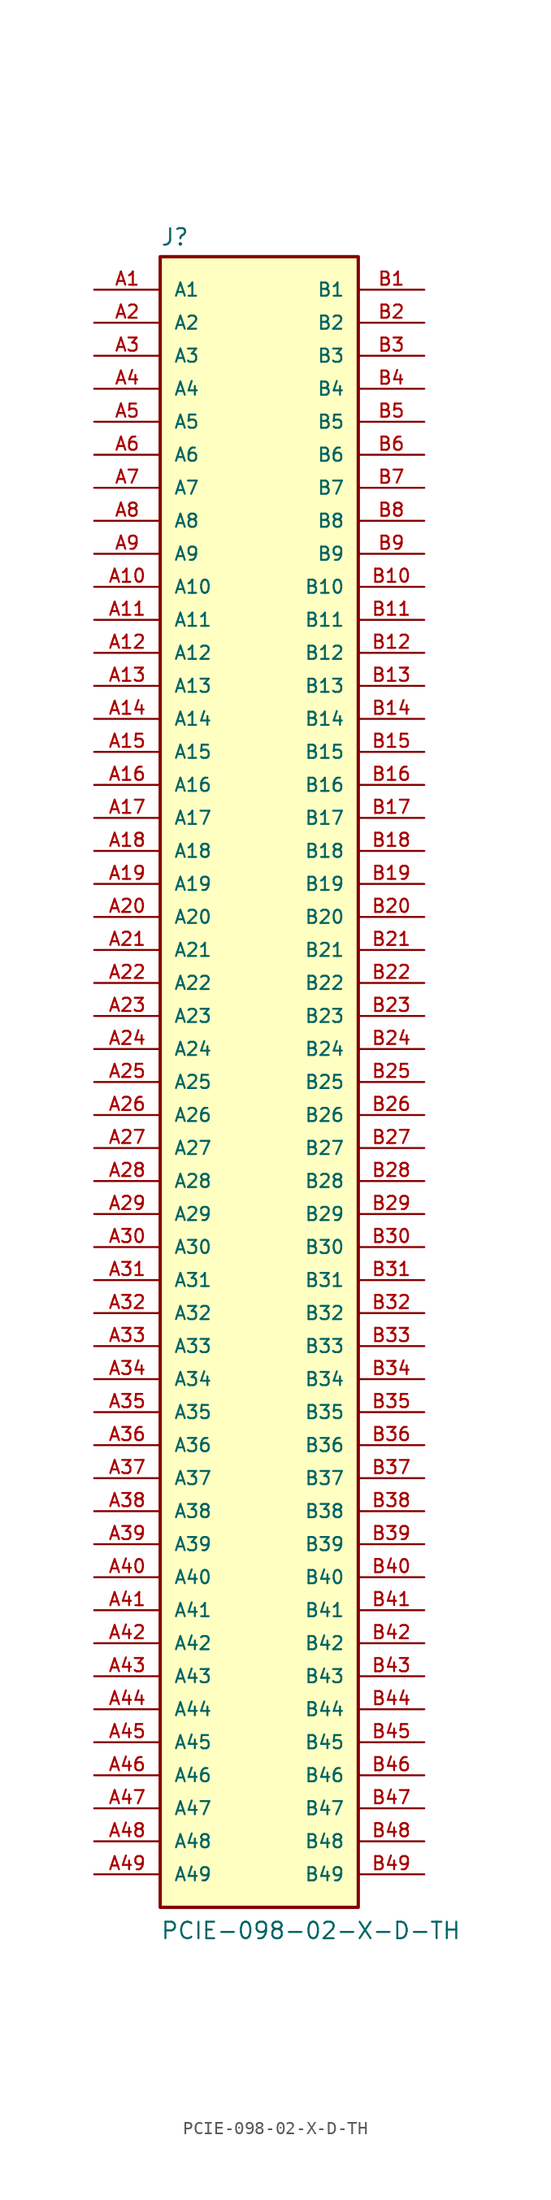
<source format=kicad_sym>
(kicad_symbol_lib
  (version 20211014)
  (generator kicad_symbol_editor)
  (symbol "PCIE-098-02-X-D-TH"
    (pin_names
      (offset 1.016))
    (property "Reference" "J"
      (at -7.62 64.262 0)
      (effects (font (size 1.27 1.27)) (justify bottom left)))
    (property "Value" "PCIE-098-02-X-D-TH"
      (at -7.62 -66.04 0)
      (effects (font (size 1.27 1.27)) (justify bottom left)))
    (symbol "PCIE-098-02-X-D-TH_0_0"
      (rectangle (start -7.62 -63.5) (end 7.62 63.5) (stroke (width 0.254)) (fill (type background)))
      (pin passive line (at -12.7 60.96 0) (length 5.08) (name "A1" (effects (font (size 1.016 1.016)))) (number "A1" (effects (font (size 1.016 1.016)))))
      (pin passive line (at 12.7 60.96 180.0) (length 5.08) (name "B1" (effects (font (size 1.016 1.016)))) (number "B1" (effects (font (size 1.016 1.016)))))
      (pin passive line (at -12.7 58.42 0) (length 5.08) (name "A2" (effects (font (size 1.016 1.016)))) (number "A2" (effects (font (size 1.016 1.016)))))
      (pin passive line (at 12.7 58.42 180.0) (length 5.08) (name "B2" (effects (font (size 1.016 1.016)))) (number "B2" (effects (font (size 1.016 1.016)))))
      (pin passive line (at -12.7 55.88 0) (length 5.08) (name "A3" (effects (font (size 1.016 1.016)))) (number "A3" (effects (font (size 1.016 1.016)))))
      (pin passive line (at 12.7 55.88 180.0) (length 5.08) (name "B3" (effects (font (size 1.016 1.016)))) (number "B3" (effects (font (size 1.016 1.016)))))
      (pin passive line (at -12.7 53.34 0) (length 5.08) (name "A4" (effects (font (size 1.016 1.016)))) (number "A4" (effects (font (size 1.016 1.016)))))
      (pin passive line (at 12.7 53.34 180.0) (length 5.08) (name "B4" (effects (font (size 1.016 1.016)))) (number "B4" (effects (font (size 1.016 1.016)))))
      (pin passive line (at -12.7 50.8 0) (length 5.08) (name "A5" (effects (font (size 1.016 1.016)))) (number "A5" (effects (font (size 1.016 1.016)))))
      (pin passive line (at 12.7 50.8 180.0) (length 5.08) (name "B5" (effects (font (size 1.016 1.016)))) (number "B5" (effects (font (size 1.016 1.016)))))
      (pin passive line (at -12.7 48.26 0) (length 5.08) (name "A6" (effects (font (size 1.016 1.016)))) (number "A6" (effects (font (size 1.016 1.016)))))
      (pin passive line (at 12.7 48.26 180.0) (length 5.08) (name "B6" (effects (font (size 1.016 1.016)))) (number "B6" (effects (font (size 1.016 1.016)))))
      (pin passive line (at -12.7 45.72 0) (length 5.08) (name "A7" (effects (font (size 1.016 1.016)))) (number "A7" (effects (font (size 1.016 1.016)))))
      (pin passive line (at 12.7 45.72 180.0) (length 5.08) (name "B7" (effects (font (size 1.016 1.016)))) (number "B7" (effects (font (size 1.016 1.016)))))
      (pin passive line (at -12.7 43.18 0) (length 5.08) (name "A8" (effects (font (size 1.016 1.016)))) (number "A8" (effects (font (size 1.016 1.016)))))
      (pin passive line (at 12.7 43.18 180.0) (length 5.08) (name "B8" (effects (font (size 1.016 1.016)))) (number "B8" (effects (font (size 1.016 1.016)))))
      (pin passive line (at -12.7 40.64 0) (length 5.08) (name "A9" (effects (font (size 1.016 1.016)))) (number "A9" (effects (font (size 1.016 1.016)))))
      (pin passive line (at 12.7 40.64 180.0) (length 5.08) (name "B9" (effects (font (size 1.016 1.016)))) (number "B9" (effects (font (size 1.016 1.016)))))
      (pin passive line (at -12.7 38.1 0) (length 5.08) (name "A10" (effects (font (size 1.016 1.016)))) (number "A10" (effects (font (size 1.016 1.016)))))
      (pin passive line (at 12.7 38.1 180.0) (length 5.08) (name "B10" (effects (font (size 1.016 1.016)))) (number "B10" (effects (font (size 1.016 1.016)))))
      (pin passive line (at -12.7 35.56 0) (length 5.08) (name "A11" (effects (font (size 1.016 1.016)))) (number "A11" (effects (font (size 1.016 1.016)))))
      (pin passive line (at 12.7 35.56 180.0) (length 5.08) (name "B11" (effects (font (size 1.016 1.016)))) (number "B11" (effects (font (size 1.016 1.016)))))
      (pin passive line (at -12.7 33.02 0) (length 5.08) (name "A12" (effects (font (size 1.016 1.016)))) (number "A12" (effects (font (size 1.016 1.016)))))
      (pin passive line (at 12.7 33.02 180.0) (length 5.08) (name "B12" (effects (font (size 1.016 1.016)))) (number "B12" (effects (font (size 1.016 1.016)))))
      (pin passive line (at -12.7 30.48 0) (length 5.08) (name "A13" (effects (font (size 1.016 1.016)))) (number "A13" (effects (font (size 1.016 1.016)))))
      (pin passive line (at 12.7 30.48 180.0) (length 5.08) (name "B13" (effects (font (size 1.016 1.016)))) (number "B13" (effects (font (size 1.016 1.016)))))
      (pin passive line (at -12.7 27.94 0) (length 5.08) (name "A14" (effects (font (size 1.016 1.016)))) (number "A14" (effects (font (size 1.016 1.016)))))
      (pin passive line (at 12.7 27.94 180.0) (length 5.08) (name "B14" (effects (font (size 1.016 1.016)))) (number "B14" (effects (font (size 1.016 1.016)))))
      (pin passive line (at -12.7 25.4 0) (length 5.08) (name "A15" (effects (font (size 1.016 1.016)))) (number "A15" (effects (font (size 1.016 1.016)))))
      (pin passive line (at 12.7 25.4 180.0) (length 5.08) (name "B15" (effects (font (size 1.016 1.016)))) (number "B15" (effects (font (size 1.016 1.016)))))
      (pin passive line (at -12.7 22.86 0) (length 5.08) (name "A16" (effects (font (size 1.016 1.016)))) (number "A16" (effects (font (size 1.016 1.016)))))
      (pin passive line (at 12.7 22.86 180.0) (length 5.08) (name "B16" (effects (font (size 1.016 1.016)))) (number "B16" (effects (font (size 1.016 1.016)))))
      (pin passive line (at -12.7 20.32 0) (length 5.08) (name "A17" (effects (font (size 1.016 1.016)))) (number "A17" (effects (font (size 1.016 1.016)))))
      (pin passive line (at 12.7 20.32 180.0) (length 5.08) (name "B17" (effects (font (size 1.016 1.016)))) (number "B17" (effects (font (size 1.016 1.016)))))
      (pin passive line (at -12.7 17.78 0) (length 5.08) (name "A18" (effects (font (size 1.016 1.016)))) (number "A18" (effects (font (size 1.016 1.016)))))
      (pin passive line (at 12.7 17.78 180.0) (length 5.08) (name "B18" (effects (font (size 1.016 1.016)))) (number "B18" (effects (font (size 1.016 1.016)))))
      (pin passive line (at -12.7 15.24 0) (length 5.08) (name "A19" (effects (font (size 1.016 1.016)))) (number "A19" (effects (font (size 1.016 1.016)))))
      (pin passive line (at 12.7 15.24 180.0) (length 5.08) (name "B19" (effects (font (size 1.016 1.016)))) (number "B19" (effects (font (size 1.016 1.016)))))
      (pin passive line (at -12.7 12.7 0) (length 5.08) (name "A20" (effects (font (size 1.016 1.016)))) (number "A20" (effects (font (size 1.016 1.016)))))
      (pin passive line (at 12.7 12.7 180.0) (length 5.08) (name "B20" (effects (font (size 1.016 1.016)))) (number "B20" (effects (font (size 1.016 1.016)))))
      (pin passive line (at -12.7 10.16 0) (length 5.08) (name "A21" (effects (font (size 1.016 1.016)))) (number "A21" (effects (font (size 1.016 1.016)))))
      (pin passive line (at 12.7 10.16 180.0) (length 5.08) (name "B21" (effects (font (size 1.016 1.016)))) (number "B21" (effects (font (size 1.016 1.016)))))
      (pin passive line (at -12.7 7.62 0) (length 5.08) (name "A22" (effects (font (size 1.016 1.016)))) (number "A22" (effects (font (size 1.016 1.016)))))
      (pin passive line (at 12.7 7.62 180.0) (length 5.08) (name "B22" (effects (font (size 1.016 1.016)))) (number "B22" (effects (font (size 1.016 1.016)))))
      (pin passive line (at -12.7 5.08 0) (length 5.08) (name "A23" (effects (font (size 1.016 1.016)))) (number "A23" (effects (font (size 1.016 1.016)))))
      (pin passive line (at 12.7 5.08 180.0) (length 5.08) (name "B23" (effects (font (size 1.016 1.016)))) (number "B23" (effects (font (size 1.016 1.016)))))
      (pin passive line (at -12.7 2.54 0) (length 5.08) (name "A24" (effects (font (size 1.016 1.016)))) (number "A24" (effects (font (size 1.016 1.016)))))
      (pin passive line (at 12.7 2.54 180.0) (length 5.08) (name "B24" (effects (font (size 1.016 1.016)))) (number "B24" (effects (font (size 1.016 1.016)))))
      (pin passive line (at -12.7 0.0 0) (length 5.08) (name "A25" (effects (font (size 1.016 1.016)))) (number "A25" (effects (font (size 1.016 1.016)))))
      (pin passive line (at 12.7 0.0 180.0) (length 5.08) (name "B25" (effects (font (size 1.016 1.016)))) (number "B25" (effects (font (size 1.016 1.016)))))
      (pin passive line (at -12.7 -2.54 0) (length 5.08) (name "A26" (effects (font (size 1.016 1.016)))) (number "A26" (effects (font (size 1.016 1.016)))))
      (pin passive line (at 12.7 -2.54 180.0) (length 5.08) (name "B26" (effects (font (size 1.016 1.016)))) (number "B26" (effects (font (size 1.016 1.016)))))
      (pin passive line (at -12.7 -5.08 0) (length 5.08) (name "A27" (effects (font (size 1.016 1.016)))) (number "A27" (effects (font (size 1.016 1.016)))))
      (pin passive line (at 12.7 -5.08 180.0) (length 5.08) (name "B27" (effects (font (size 1.016 1.016)))) (number "B27" (effects (font (size 1.016 1.016)))))
      (pin passive line (at -12.7 -7.62 0) (length 5.08) (name "A28" (effects (font (size 1.016 1.016)))) (number "A28" (effects (font (size 1.016 1.016)))))
      (pin passive line (at 12.7 -7.62 180.0) (length 5.08) (name "B28" (effects (font (size 1.016 1.016)))) (number "B28" (effects (font (size 1.016 1.016)))))
      (pin passive line (at -12.7 -10.16 0) (length 5.08) (name "A29" (effects (font (size 1.016 1.016)))) (number "A29" (effects (font (size 1.016 1.016)))))
      (pin passive line (at 12.7 -10.16 180.0) (length 5.08) (name "B29" (effects (font (size 1.016 1.016)))) (number "B29" (effects (font (size 1.016 1.016)))))
      (pin passive line (at -12.7 -12.7 0) (length 5.08) (name "A30" (effects (font (size 1.016 1.016)))) (number "A30" (effects (font (size 1.016 1.016)))))
      (pin passive line (at 12.7 -12.7 180.0) (length 5.08) (name "B30" (effects (font (size 1.016 1.016)))) (number "B30" (effects (font (size 1.016 1.016)))))
      (pin passive line (at -12.7 -15.24 0) (length 5.08) (name "A31" (effects (font (size 1.016 1.016)))) (number "A31" (effects (font (size 1.016 1.016)))))
      (pin passive line (at 12.7 -15.24 180.0) (length 5.08) (name "B31" (effects (font (size 1.016 1.016)))) (number "B31" (effects (font (size 1.016 1.016)))))
      (pin passive line (at -12.7 -17.78 0) (length 5.08) (name "A32" (effects (font (size 1.016 1.016)))) (number "A32" (effects (font (size 1.016 1.016)))))
      (pin passive line (at 12.7 -17.78 180.0) (length 5.08) (name "B32" (effects (font (size 1.016 1.016)))) (number "B32" (effects (font (size 1.016 1.016)))))
      (pin passive line (at -12.7 -20.32 0) (length 5.08) (name "A33" (effects (font (size 1.016 1.016)))) (number "A33" (effects (font (size 1.016 1.016)))))
      (pin passive line (at 12.7 -20.32 180.0) (length 5.08) (name "B33" (effects (font (size 1.016 1.016)))) (number "B33" (effects (font (size 1.016 1.016)))))
      (pin passive line (at -12.7 -22.86 0) (length 5.08) (name "A34" (effects (font (size 1.016 1.016)))) (number "A34" (effects (font (size 1.016 1.016)))))
      (pin passive line (at 12.7 -22.86 180.0) (length 5.08) (name "B34" (effects (font (size 1.016 1.016)))) (number "B34" (effects (font (size 1.016 1.016)))))
      (pin passive line (at -12.7 -25.4 0) (length 5.08) (name "A35" (effects (font (size 1.016 1.016)))) (number "A35" (effects (font (size 1.016 1.016)))))
      (pin passive line (at 12.7 -25.4 180.0) (length 5.08) (name "B35" (effects (font (size 1.016 1.016)))) (number "B35" (effects (font (size 1.016 1.016)))))
      (pin passive line (at -12.7 -27.94 0) (length 5.08) (name "A36" (effects (font (size 1.016 1.016)))) (number "A36" (effects (font (size 1.016 1.016)))))
      (pin passive line (at 12.7 -27.94 180.0) (length 5.08) (name "B36" (effects (font (size 1.016 1.016)))) (number "B36" (effects (font (size 1.016 1.016)))))
      (pin passive line (at -12.7 -30.48 0) (length 5.08) (name "A37" (effects (font (size 1.016 1.016)))) (number "A37" (effects (font (size 1.016 1.016)))))
      (pin passive line (at 12.7 -30.48 180.0) (length 5.08) (name "B37" (effects (font (size 1.016 1.016)))) (number "B37" (effects (font (size 1.016 1.016)))))
      (pin passive line (at -12.7 -33.02 0) (length 5.08) (name "A38" (effects (font (size 1.016 1.016)))) (number "A38" (effects (font (size 1.016 1.016)))))
      (pin passive line (at 12.7 -33.02 180.0) (length 5.08) (name "B38" (effects (font (size 1.016 1.016)))) (number "B38" (effects (font (size 1.016 1.016)))))
      (pin passive line (at -12.7 -35.56 0) (length 5.08) (name "A39" (effects (font (size 1.016 1.016)))) (number "A39" (effects (font (size 1.016 1.016)))))
      (pin passive line (at 12.7 -35.56 180.0) (length 5.08) (name "B39" (effects (font (size 1.016 1.016)))) (number "B39" (effects (font (size 1.016 1.016)))))
      (pin passive line (at -12.7 -38.1 0) (length 5.08) (name "A40" (effects (font (size 1.016 1.016)))) (number "A40" (effects (font (size 1.016 1.016)))))
      (pin passive line (at 12.7 -38.1 180.0) (length 5.08) (name "B40" (effects (font (size 1.016 1.016)))) (number "B40" (effects (font (size 1.016 1.016)))))
      (pin passive line (at -12.7 -40.64 0) (length 5.08) (name "A41" (effects (font (size 1.016 1.016)))) (number "A41" (effects (font (size 1.016 1.016)))))
      (pin passive line (at 12.7 -40.64 180.0) (length 5.08) (name "B41" (effects (font (size 1.016 1.016)))) (number "B41" (effects (font (size 1.016 1.016)))))
      (pin passive line (at -12.7 -43.18 0) (length 5.08) (name "A42" (effects (font (size 1.016 1.016)))) (number "A42" (effects (font (size 1.016 1.016)))))
      (pin passive line (at 12.7 -43.18 180.0) (length 5.08) (name "B42" (effects (font (size 1.016 1.016)))) (number "B42" (effects (font (size 1.016 1.016)))))
      (pin passive line (at -12.7 -45.72 0) (length 5.08) (name "A43" (effects (font (size 1.016 1.016)))) (number "A43" (effects (font (size 1.016 1.016)))))
      (pin passive line (at 12.7 -45.72 180.0) (length 5.08) (name "B43" (effects (font (size 1.016 1.016)))) (number "B43" (effects (font (size 1.016 1.016)))))
      (pin passive line (at -12.7 -48.26 0) (length 5.08) (name "A44" (effects (font (size 1.016 1.016)))) (number "A44" (effects (font (size 1.016 1.016)))))
      (pin passive line (at 12.7 -48.26 180.0) (length 5.08) (name "B44" (effects (font (size 1.016 1.016)))) (number "B44" (effects (font (size 1.016 1.016)))))
      (pin passive line (at -12.7 -50.8 0) (length 5.08) (name "A45" (effects (font (size 1.016 1.016)))) (number "A45" (effects (font (size 1.016 1.016)))))
      (pin passive line (at 12.7 -50.8 180.0) (length 5.08) (name "B45" (effects (font (size 1.016 1.016)))) (number "B45" (effects (font (size 1.016 1.016)))))
      (pin passive line (at -12.7 -53.34 0) (length 5.08) (name "A46" (effects (font (size 1.016 1.016)))) (number "A46" (effects (font (size 1.016 1.016)))))
      (pin passive line (at 12.7 -53.34 180.0) (length 5.08) (name "B46" (effects (font (size 1.016 1.016)))) (number "B46" (effects (font (size 1.016 1.016)))))
      (pin passive line (at -12.7 -55.88 0) (length 5.08) (name "A47" (effects (font (size 1.016 1.016)))) (number "A47" (effects (font (size 1.016 1.016)))))
      (pin passive line (at -12.7 -58.42 0) (length 5.08) (name "A48" (effects (font (size 1.016 1.016)))) (number "A48" (effects (font (size 1.016 1.016)))))
      (pin passive line (at -12.7 -60.96 0) (length 5.08) (name "A49" (effects (font (size 1.016 1.016)))) (number "A49" (effects (font (size 1.016 1.016)))))
      (pin passive line (at 12.7 -55.88 180.0) (length 5.08) (name "B47" (effects (font (size 1.016 1.016)))) (number "B47" (effects (font (size 1.016 1.016)))))
      (pin passive line (at 12.7 -58.42 180.0) (length 5.08) (name "B48" (effects (font (size 1.016 1.016)))) (number "B48" (effects (font (size 1.016 1.016)))))
      (pin passive line (at 12.7 -60.96 180.0) (length 5.08) (name "B49" (effects (font (size 1.016 1.016)))) (number "B49" (effects (font (size 1.016 1.016))))))))
</source>
